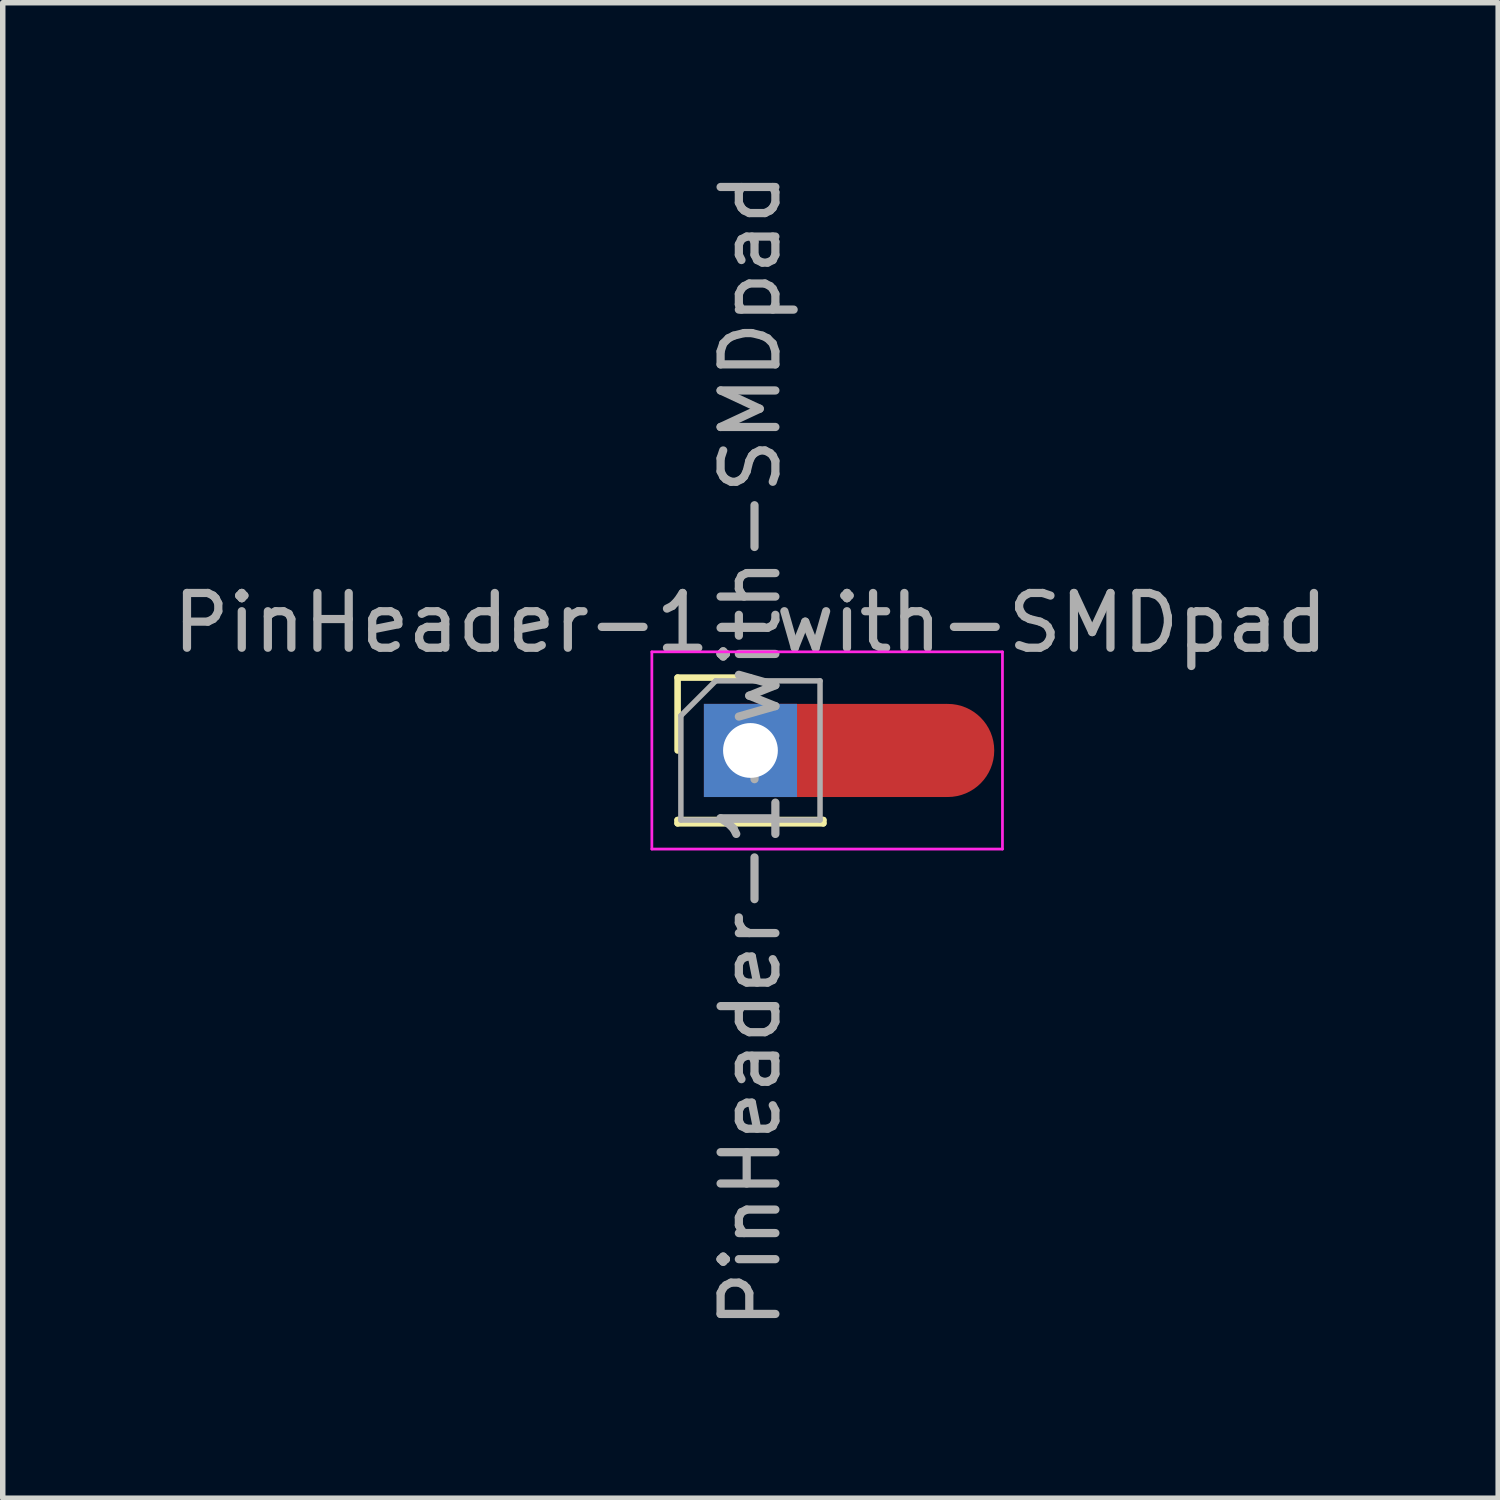
<source format=kicad_pcb>
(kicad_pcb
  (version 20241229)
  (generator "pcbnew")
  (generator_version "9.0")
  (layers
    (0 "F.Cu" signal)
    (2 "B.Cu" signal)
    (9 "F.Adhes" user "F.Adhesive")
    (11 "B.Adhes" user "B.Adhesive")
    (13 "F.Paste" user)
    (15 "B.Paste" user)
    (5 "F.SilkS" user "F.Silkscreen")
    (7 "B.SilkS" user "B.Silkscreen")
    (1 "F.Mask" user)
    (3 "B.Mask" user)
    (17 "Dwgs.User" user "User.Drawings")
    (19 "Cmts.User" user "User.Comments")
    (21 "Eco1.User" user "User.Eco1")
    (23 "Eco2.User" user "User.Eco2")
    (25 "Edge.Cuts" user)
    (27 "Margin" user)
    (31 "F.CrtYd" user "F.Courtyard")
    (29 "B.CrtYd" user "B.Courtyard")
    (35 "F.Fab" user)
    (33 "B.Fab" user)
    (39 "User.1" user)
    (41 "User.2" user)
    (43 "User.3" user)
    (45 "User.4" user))
  (footprint "PinHeader-1-with-SMDpad"
    (layer "F.Cu")
    (at 10.649 10.649)
    (property "Reference" "PinHeader-1-with-SMDpad" (at 0 -2.33 0) (layer "F.Fab") (effects (font (size 1 1) (thickness 0.15))))
    (attr through_hole)
    (fp_line (start -1.33 -1.33) (end 0 -1.33) (stroke (width 0.12) (type solid)) (layer "F.SilkS"))
    (fp_line (start -1.33 0) (end -1.33 -1.33) (stroke (width 0.12) (type solid)) (layer "F.SilkS"))
    (fp_line (start -1.33 1.27) (end -1.33 1.33) (stroke (width 0.12) (type solid)) (layer "F.SilkS"))
    (fp_line (start -1.33 1.27) (end 1.33 1.27) (stroke (width 0.12) (type solid)) (layer "F.SilkS"))
    (fp_line (start -1.33 1.33) (end 1.33 1.33) (stroke (width 0.12) (type solid)) (layer "F.SilkS"))
    (fp_line (start 1.33 1.27) (end 1.33 1.33) (stroke (width 0.12) (type solid)) (layer "F.SilkS"))
    (fp_line (start -1.8 -1.8) (end -1.8 1.8) (stroke (width 0.05) (type solid)) (layer "F.CrtYd"))
    (fp_line (start -1.8 1.8) (end 4.6 1.8) (stroke (width 0.05) (type solid)) (layer "F.CrtYd"))
    (fp_line (start 4.6 -1.8) (end -1.8 -1.8) (stroke (width 0.05) (type solid)) (layer "F.CrtYd"))
    (fp_line (start 4.6 1.8) (end 4.6 -1.8) (stroke (width 0.05) (type solid)) (layer "F.CrtYd"))
    (fp_line (start -1.27 -0.635) (end -0.635 -1.27) (stroke (width 0.1) (type solid)) (layer "F.Fab"))
    (fp_line (start -1.27 1.27) (end -1.27 -0.635) (stroke (width 0.1) (type solid)) (layer "F.Fab"))
    (fp_line (start -0.635 -1.27) (end 1.27 -1.27) (stroke (width 0.1) (type solid)) (layer "F.Fab"))
    (fp_line (start 1.27 -1.27) (end 1.27 1.27) (stroke (width 0.1) (type solid)) (layer "F.Fab"))
    (fp_line (start 1.27 1.27) (end -1.27 1.27) (stroke (width 0.1) (type solid)) (layer "F.Fab"))
    (fp_text user "${REFERENCE}" (at 0 0 90) (layer "F.Fab") (effects (font (size 1 1) (thickness 0.15))))
    (pad "1" thru_hole rect (at 0 0) (size 1.7 1.7) (drill 1) (layers "*.Cu" "*.Mask"))
    (pad "1" smd rect (at 1.7 0) (size 3.769 1.7) (layers "F.Cu" "F.Mask" "F.Paste"))
    (pad "1" smd circle (at 3.6 0) (size 1.7 1.7) (layers "F.Cu" "F.Mask" "F.Paste")))
  (gr_rect
    (start -3 -3)
    (end 24.298 24.298)
    (stroke (width 0.1) (type default))
    (fill no)
    (layer "Edge.Cuts")))
</source>
